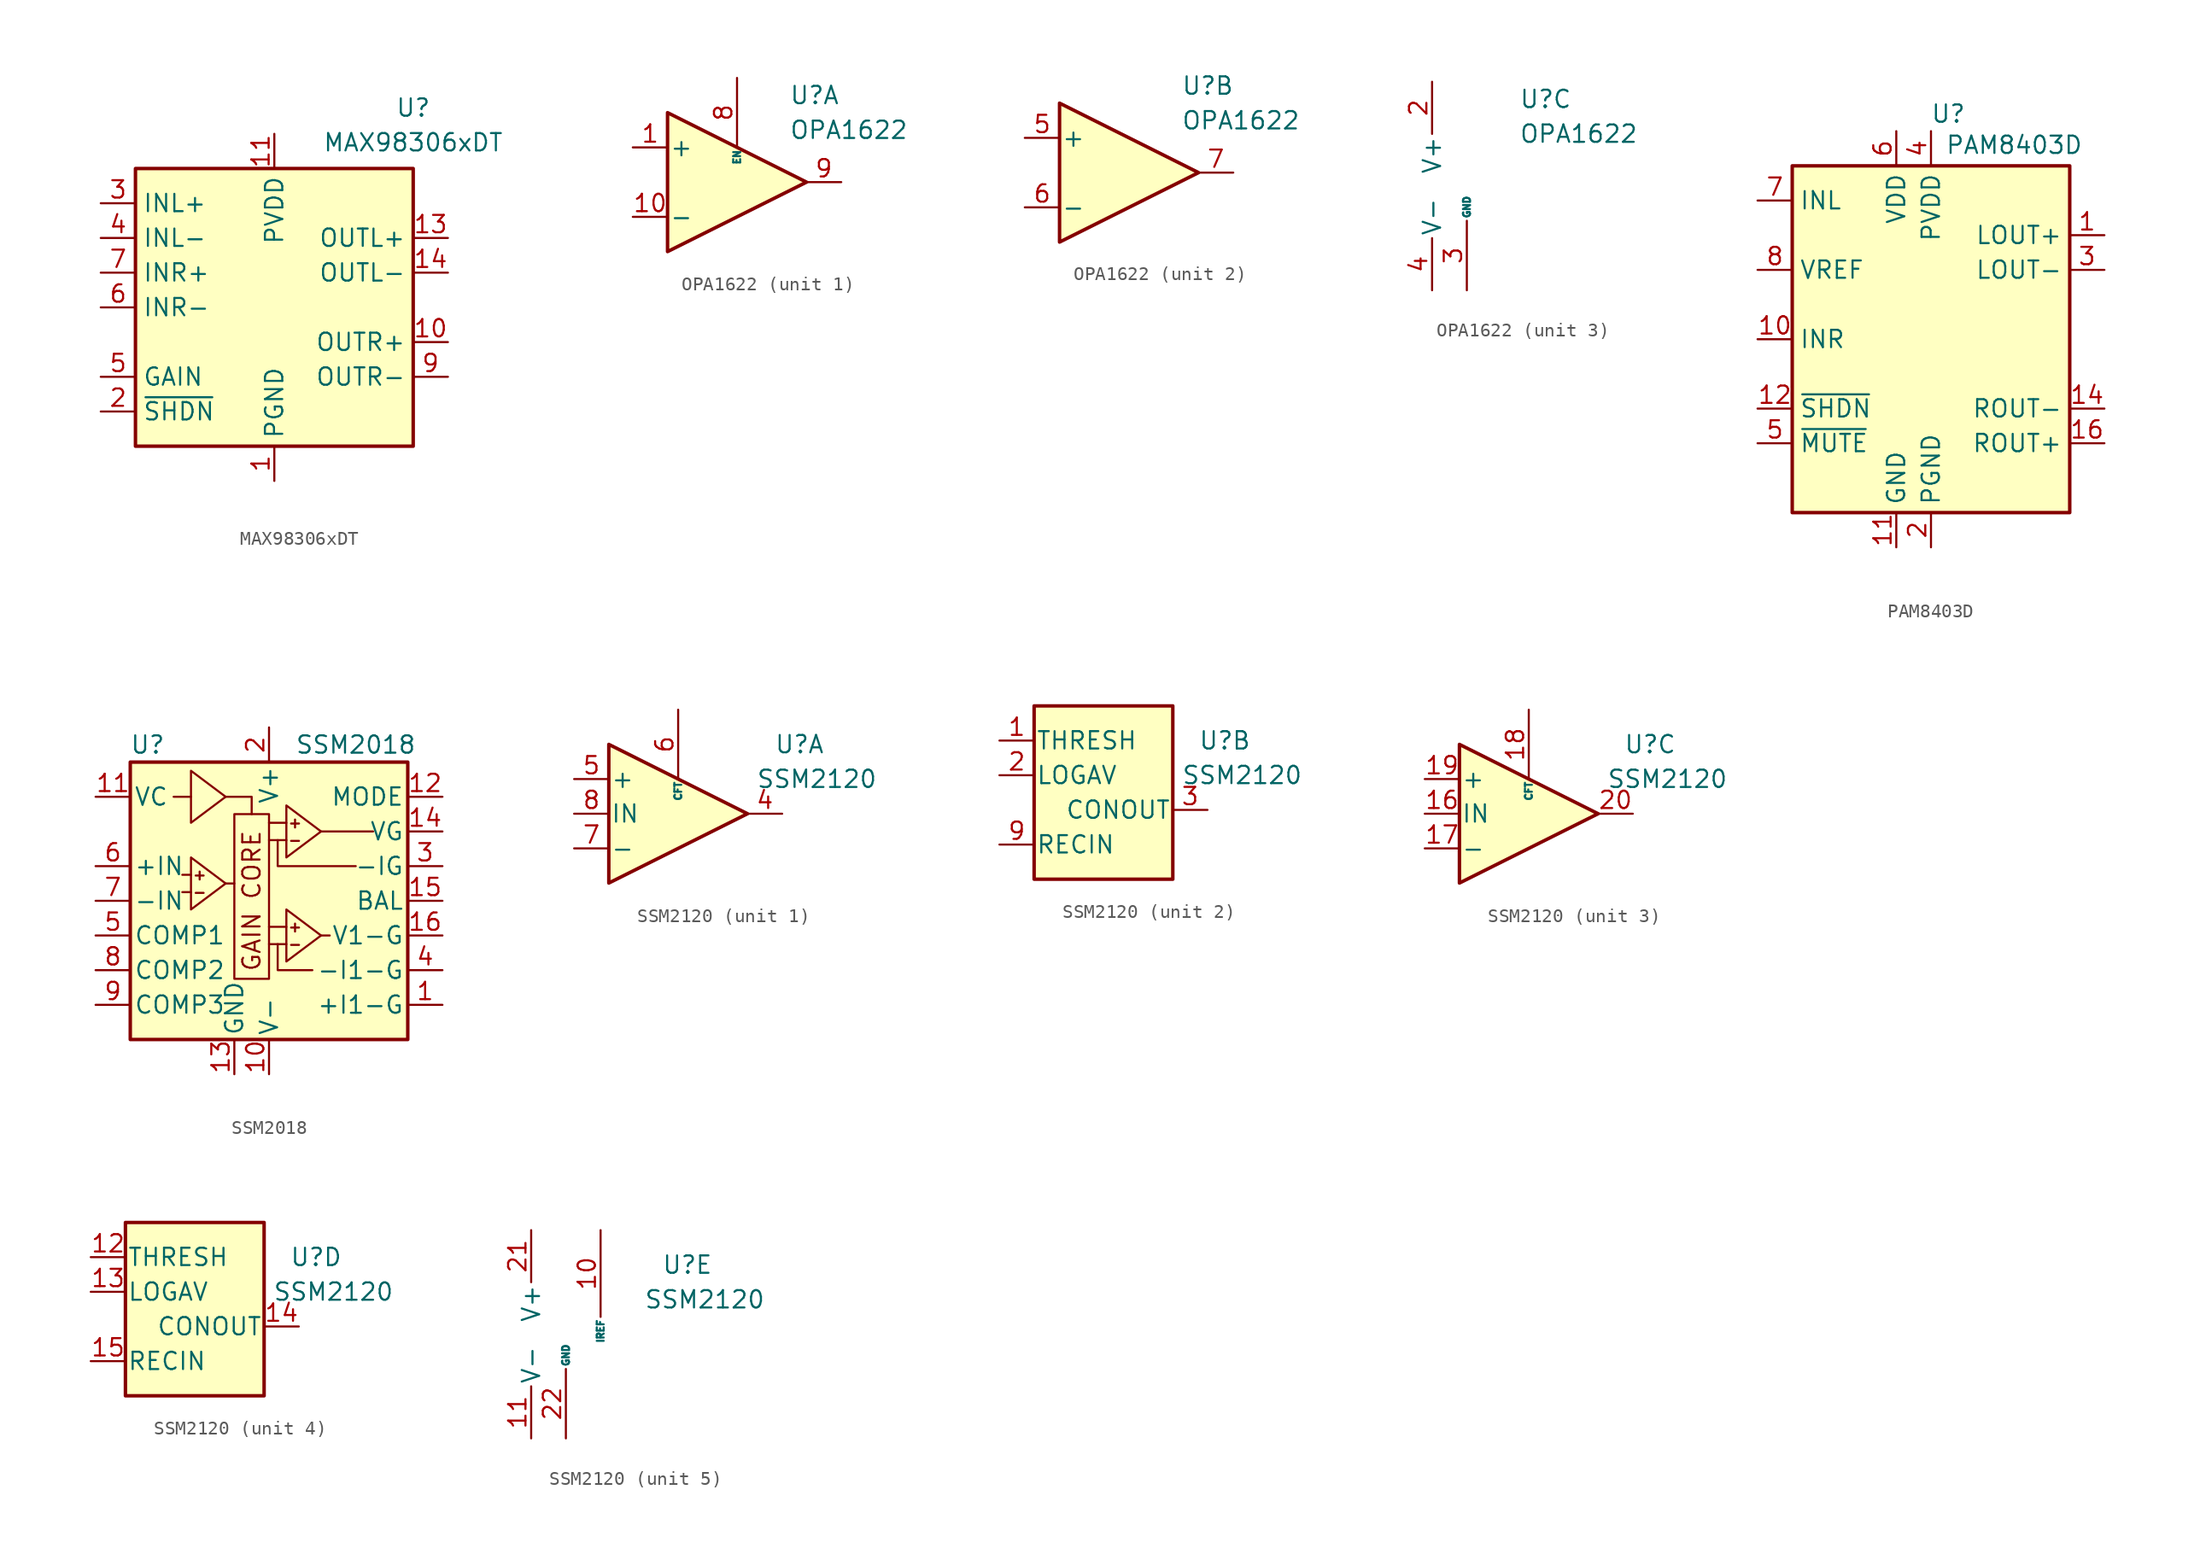
<source format=kicad_sym>
(kicad_symbol_lib
  (version 20211014)
  (generator kicad_symbol_editor)
  (symbol "MAX98306xDT"
    (property "Reference" "U"
      (at 10.16 14.605 0)
      (effects (font (size 1.27 1.27))))
    (property "Value" "MAX98306xDT"
      (at 10.16 12.065 0)
      (effects (font (size 1.27 1.27))))
    (symbol "MAX98306xDT_0_1"
      (rectangle (start -10.16 10.16) (end 10.16 -10.16) (stroke (width 0.254) (type default) (color 0 0 0 0)) (fill (type background))))
    (symbol "MAX98306xDT_1_1"
      (pin power_in line (at 0 -12.7 90) (length 2.54) (name "PGND" (effects (font (size 1.27 1.27)))) (number "1" (effects (font (size 1.27 1.27)))))
      (pin power_out line (at 12.7 -2.54 180) (length 2.54) (name "OUTR+" (effects (font (size 1.27 1.27)))) (number "10" (effects (font (size 1.27 1.27)))))
      (pin power_in line (at 0 12.7 270) (length 2.54) (name "PVDD" (effects (font (size 1.27 1.27)))) (number "11" (effects (font (size 1.27 1.27)))))
      (pin power_in line (at 0 12.7 270) (length 2.54) hide (name "PVDD" (effects (font (size 1.27 1.27)))) (number "12" (effects (font (size 1.27 1.27)))))
      (pin power_out line (at 12.7 5.08 180) (length 2.54) (name "OUTL+" (effects (font (size 1.27 1.27)))) (number "13" (effects (font (size 1.27 1.27)))))
      (pin power_out line (at 12.7 2.54 180) (length 2.54) (name "OUTL-" (effects (font (size 1.27 1.27)))) (number "14" (effects (font (size 1.27 1.27)))))
      (pin power_in line (at 0 -12.7 90) (length 2.54) hide (name "PGND" (effects (font (size 1.27 1.27)))) (number "15" (effects (font (size 1.27 1.27)))))
      (pin input line (at -12.7 -7.62 0) (length 2.54) (name "~{SHDN}" (effects (font (size 1.27 1.27)))) (number "2" (effects (font (size 1.27 1.27)))))
      (pin input line (at -12.7 7.62 0) (length 2.54) (name "INL+" (effects (font (size 1.27 1.27)))) (number "3" (effects (font (size 1.27 1.27)))))
      (pin input line (at -12.7 5.08 0) (length 2.54) (name "INL-" (effects (font (size 1.27 1.27)))) (number "4" (effects (font (size 1.27 1.27)))))
      (pin input line (at -12.7 -5.08 0) (length 2.54) (name "GAIN" (effects (font (size 1.27 1.27)))) (number "5" (effects (font (size 1.27 1.27)))))
      (pin input line (at -12.7 0 0) (length 2.54) (name "INR-" (effects (font (size 1.27 1.27)))) (number "6" (effects (font (size 1.27 1.27)))))
      (pin input line (at -12.7 2.54 0) (length 2.54) (name "INR+" (effects (font (size 1.27 1.27)))) (number "7" (effects (font (size 1.27 1.27)))))
      (pin power_in line (at 0 -12.7 90) (length 2.54) hide (name "PGND" (effects (font (size 1.27 1.27)))) (number "8" (effects (font (size 1.27 1.27)))))
      (pin power_out line (at 12.7 -5.08 180) (length 2.54) (name "OUTR-" (effects (font (size 1.27 1.27)))) (number "9" (effects (font (size 1.27 1.27)))))))
  (symbol "OPA1622"
    (pin_names
      (offset 0.127))
    (property "Reference" "U"
      (at 3.81 6.35 0)
      (effects (font (size 1.27 1.27)) (justify left)))
    (property "Value" "OPA1622"
      (at 3.81 3.81 0)
      (effects (font (size 1.27 1.27)) (justify left)))
    (property "ki_locked" ""
      (at 0 0 0)
      (effects (font (size 1.27 1.27))))
    (symbol "OPA1622_1_1"
      (polyline (pts (xy -5.08 5.08) (xy 5.08 0) (xy -5.08 -5.08) (xy -5.08 5.08) (xy -5.08 5.08)) (stroke (width 0.254) (type default) (color 0 0 0 0)) (fill (type background)))
      (pin input line (at -7.62 2.54 0) (length 2.54) (name "+" (effects (font (size 1.27 1.27)))) (number "1" (effects (font (size 1.27 1.27)))))
      (pin input line (at -7.62 -2.54 0) (length 2.54) (name "-" (effects (font (size 1.27 1.27)))) (number "10" (effects (font (size 1.27 1.27)))))
      (pin input line (at 0 7.62 270) (length 5.08) (name "EN" (effects (font (size 0.508 0.508)))) (number "8" (effects (font (size 1.27 1.27)))))
      (pin output line (at 7.62 0 180) (length 2.54) (name "~" (effects (font (size 1.27 1.27)))) (number "9" (effects (font (size 1.27 1.27))))))
    (symbol "OPA1622_2_1"
      (polyline (pts (xy -5.08 5.08) (xy 5.08 0) (xy -5.08 -5.08) (xy -5.08 5.08) (xy -5.08 5.08)) (stroke (width 0.254) (type default) (color 0 0 0 0)) (fill (type background)))
      (pin input line (at -7.62 2.54 0) (length 2.54) (name "+" (effects (font (size 1.27 1.27)))) (number "5" (effects (font (size 1.27 1.27)))))
      (pin input line (at -7.62 -2.54 0) (length 2.54) (name "-" (effects (font (size 1.27 1.27)))) (number "6" (effects (font (size 1.27 1.27)))))
      (pin output line (at 7.62 0 180) (length 2.54) (name "~" (effects (font (size 1.27 1.27)))) (number "7" (effects (font (size 1.27 1.27))))))
    (symbol "OPA1622_3_1"
      (pin passive line (at -2.54 -7.62 90) (length 3.81) hide (name "V-" (effects (font (size 1.27 1.27)))) (number "11" (effects (font (size 1.27 1.27)))))
      (pin power_in line (at -2.54 7.62 270) (length 3.81) (name "V+" (effects (font (size 1.27 1.27)))) (number "2" (effects (font (size 1.27 1.27)))))
      (pin power_in line (at 0 -7.62 90) (length 5.08) (name "GND" (effects (font (size 0.508 0.508)))) (number "3" (effects (font (size 1.27 1.27)))))
      (pin power_in line (at -2.54 -7.62 90) (length 3.81) (name "V-" (effects (font (size 1.27 1.27)))) (number "4" (effects (font (size 1.27 1.27)))))))
  (symbol "PAM8403D"
    (property "Reference" "U"
      (at 1.27 16.51 0)
      (effects (font (size 1.27 1.27))))
    (property "Value" "PAM8403D"
      (at 6.096 14.224 0)
      (effects (font (size 1.27 1.27))))
    (symbol "PAM8403D_0_1"
      (rectangle (start -10.16 12.7) (end 10.16 -12.7) (stroke (width 0.254) (type default) (color 0 0 0 0)) (fill (type background))))
    (symbol "PAM8403D_1_1"
      (pin output line (at 12.7 7.62 180) (length 2.54) (name "LOUT+" (effects (font (size 1.27 1.27)))) (number "1" (effects (font (size 1.27 1.27)))))
      (pin input line (at -12.7 0 0) (length 2.54) (name "INR" (effects (font (size 1.27 1.27)))) (number "10" (effects (font (size 1.27 1.27)))))
      (pin power_in line (at -2.54 -15.24 90) (length 2.54) (name "GND" (effects (font (size 1.27 1.27)))) (number "11" (effects (font (size 1.27 1.27)))))
      (pin input line (at -12.7 -5.08 0) (length 2.54) (name "~{SHDN}" (effects (font (size 1.27 1.27)))) (number "12" (effects (font (size 1.27 1.27)))))
      (pin passive line (at 0 15.24 270) (length 2.54) hide (name "PVDD" (effects (font (size 1.27 1.27)))) (number "13" (effects (font (size 1.27 1.27)))))
      (pin output line (at 12.7 -5.08 180) (length 2.54) (name "ROUT-" (effects (font (size 1.27 1.27)))) (number "14" (effects (font (size 1.27 1.27)))))
      (pin passive line (at 0 -15.24 90) (length 2.54) hide (name "PGND" (effects (font (size 1.27 1.27)))) (number "15" (effects (font (size 1.27 1.27)))))
      (pin output line (at 12.7 -7.62 180) (length 2.54) (name "ROUT+" (effects (font (size 1.27 1.27)))) (number "16" (effects (font (size 1.27 1.27)))))
      (pin power_in line (at 0 -15.24 90) (length 2.54) (name "PGND" (effects (font (size 1.27 1.27)))) (number "2" (effects (font (size 1.27 1.27)))))
      (pin output line (at 12.7 5.08 180) (length 2.54) (name "LOUT-" (effects (font (size 1.27 1.27)))) (number "3" (effects (font (size 1.27 1.27)))))
      (pin power_in line (at 0 15.24 270) (length 2.54) (name "PVDD" (effects (font (size 1.27 1.27)))) (number "4" (effects (font (size 1.27 1.27)))))
      (pin input line (at -12.7 -7.62 0) (length 2.54) (name "~{MUTE}" (effects (font (size 1.27 1.27)))) (number "5" (effects (font (size 1.27 1.27)))))
      (pin power_in line (at -2.54 15.24 270) (length 2.54) (name "VDD" (effects (font (size 1.27 1.27)))) (number "6" (effects (font (size 1.27 1.27)))))
      (pin input line (at -12.7 10.16 0) (length 2.54) (name "INL" (effects (font (size 1.27 1.27)))) (number "7" (effects (font (size 1.27 1.27)))))
      (pin input line (at -12.7 5.08 0) (length 2.54) (name "VREF" (effects (font (size 1.27 1.27)))) (number "8" (effects (font (size 1.27 1.27)))))
      (pin no_connect line (at 10.16 -10.16 180) (length 2.54) hide (name "NC" (effects (font (size 1.27 1.27)))) (number "9" (effects (font (size 1.27 1.27)))))))
  (symbol "SSM2018"
    (pin_names
      (offset 0.254))
    (property "Reference" "U"
      (at -8.89 11.43 0)
      (effects (font (size 1.27 1.27))))
    (property "Value" "SSM2018"
      (at 6.35 11.43 0)
      (effects (font (size 1.27 1.27))))
    (symbol "SSM2018_0_0"
      (text "+" (at -5.08 1.905 0) (effects (font (size 0.762 0.762))))
      (text "+" (at 1.905 -1.905 0) (effects (font (size 0.762 0.762))))
      (text "+" (at 1.905 5.715 0) (effects (font (size 0.762 0.762))))
      (text "-" (at -5.08 0.635 0) (effects (font (size 0.762 0.762))))
      (text "-" (at 1.905 -3.175 0) (effects (font (size 0.762 0.762))))
      (text "-" (at 1.905 4.445 0) (effects (font (size 0.762 0.762)))))
    (symbol "SSM2018_0_1"
      (rectangle (start -10.16 10.16) (end 10.16 -10.16) (stroke (width 0.254) (type default) (color 0 0 0 0)) (fill (type background)))
      (rectangle (start -2.54 6.35) (end 0 -5.715) (stroke (width 0) (type default) (color 0 0 0 0)) (fill (type none)))
      (polyline (pts (xy -5.715 0.635) (xy -6.35 0.635)) (stroke (width 0) (type default) (color 0 0 0 0)) (fill (type none)))
      (polyline (pts (xy -5.715 1.905) (xy -6.35 1.905)) (stroke (width 0) (type default) (color 0 0 0 0)) (fill (type none)))
      (polyline (pts (xy -5.715 7.62) (xy -6.985 7.62)) (stroke (width 0) (type default) (color 0 0 0 0)) (fill (type none)))
      (polyline (pts (xy -3.175 1.27) (xy -2.54 1.27)) (stroke (width 0) (type default) (color 0 0 0 0)) (fill (type none)))
      (polyline (pts (xy 0 -1.905) (xy 1.27 -1.905)) (stroke (width 0) (type default) (color 0 0 0 0)) (fill (type none)))
      (polyline (pts (xy 0 5.715) (xy 1.27 5.715)) (stroke (width 0) (type default) (color 0 0 0 0)) (fill (type none)))
      (polyline (pts (xy 1.27 -3.175) (xy 0 -3.175)) (stroke (width 0) (type default) (color 0 0 0 0)) (fill (type none)))
      (polyline (pts (xy 1.27 4.445) (xy 0 4.445)) (stroke (width 0) (type default) (color 0 0 0 0)) (fill (type none)))
      (polyline (pts (xy 3.81 -2.54) (xy 4.445 -2.54)) (stroke (width 0) (type default) (color 0 0 0 0)) (fill (type none)))
      (polyline (pts (xy 3.81 5.08) (xy 7.62 5.08)) (stroke (width 0) (type default) (color 0 0 0 0)) (fill (type none)))
      (polyline (pts (xy -3.175 7.62) (xy -1.27 7.62) (xy -1.27 6.35)) (stroke (width 0) (type default) (color 0 0 0 0)) (fill (type none)))
      (polyline (pts (xy 0.635 -3.175) (xy 0.635 -5.08) (xy 3.175 -5.08)) (stroke (width 0) (type default) (color 0 0 0 0)) (fill (type none)))
      (polyline (pts (xy 0.635 4.445) (xy 0.635 2.54) (xy 6.35 2.54)) (stroke (width 0) (type default) (color 0 0 0 0)) (fill (type none)))
      (polyline (pts (xy -5.715 3.175) (xy -3.175 1.27) (xy -5.715 -0.635) (xy -5.715 3.175)) (stroke (width 0) (type default) (color 0 0 0 0)) (fill (type none)))
      (polyline (pts (xy -5.715 9.525) (xy -3.175 7.62) (xy -5.715 5.715) (xy -5.715 9.525)) (stroke (width 0) (type default) (color 0 0 0 0)) (fill (type none)))
      (polyline (pts (xy 1.27 -0.635) (xy 3.81 -2.54) (xy 1.27 -4.445) (xy 1.27 -0.635)) (stroke (width 0) (type default) (color 0 0 0 0)) (fill (type none)))
      (polyline (pts (xy 1.27 6.985) (xy 3.81 5.08) (xy 1.27 3.175) (xy 1.27 6.985)) (stroke (width 0) (type default) (color 0 0 0 0)) (fill (type none)))
      (text "GAIN CORE" (at -1.27 0 900) (effects (font (size 1.27 1.27))))
      (pin passive line (at -12.7 -7.62 0) (length 2.54) (name "COMP3" (effects (font (size 1.27 1.27)))) (number "9" (effects (font (size 1.27 1.27))))))
    (symbol "SSM2018_1_1"
      (pin output line (at 12.7 -7.62 180) (length 2.54) (name "+I1-G" (effects (font (size 1.27 1.27)))) (number "1" (effects (font (size 1.27 1.27)))))
      (pin power_in line (at 0 -12.7 90) (length 2.54) (name "V-" (effects (font (size 1.27 1.27)))) (number "10" (effects (font (size 1.27 1.27)))))
      (pin input line (at -12.7 7.62 0) (length 2.54) (name "VC" (effects (font (size 1.27 1.27)))) (number "11" (effects (font (size 1.27 1.27)))))
      (pin input line (at 12.7 7.62 180) (length 2.54) (name "MODE" (effects (font (size 1.27 1.27)))) (number "12" (effects (font (size 1.27 1.27)))))
      (pin power_in line (at -2.54 -12.7 90) (length 2.54) (name "GND" (effects (font (size 1.27 1.27)))) (number "13" (effects (font (size 1.27 1.27)))))
      (pin output line (at 12.7 5.08 180) (length 2.54) (name "VG" (effects (font (size 1.27 1.27)))) (number "14" (effects (font (size 1.27 1.27)))))
      (pin input line (at 12.7 0 180) (length 2.54) (name "BAL" (effects (font (size 1.27 1.27)))) (number "15" (effects (font (size 1.27 1.27)))))
      (pin output line (at 12.7 -2.54 180) (length 2.54) (name "V1-G" (effects (font (size 1.27 1.27)))) (number "16" (effects (font (size 1.27 1.27)))))
      (pin power_in line (at 0 12.7 270) (length 2.54) (name "V+" (effects (font (size 1.27 1.27)))) (number "2" (effects (font (size 1.27 1.27)))))
      (pin output line (at 12.7 2.54 180) (length 2.54) (name "-IG" (effects (font (size 1.27 1.27)))) (number "3" (effects (font (size 1.27 1.27)))))
      (pin output line (at 12.7 -5.08 180) (length 2.54) (name "-I1-G" (effects (font (size 1.27 1.27)))) (number "4" (effects (font (size 1.27 1.27)))))
      (pin passive line (at -12.7 -2.54 0) (length 2.54) (name "COMP1" (effects (font (size 1.27 1.27)))) (number "5" (effects (font (size 1.27 1.27)))))
      (pin input line (at -12.7 2.54 0) (length 2.54) (name "+IN" (effects (font (size 1.27 1.27)))) (number "6" (effects (font (size 1.27 1.27)))))
      (pin input line (at -12.7 0 0) (length 2.54) (name "-IN" (effects (font (size 1.27 1.27)))) (number "7" (effects (font (size 1.27 1.27)))))
      (pin passive line (at -12.7 -5.08 0) (length 2.54) (name "COMP2" (effects (font (size 1.27 1.27)))) (number "8" (effects (font (size 1.27 1.27)))))))
  (symbol "SSM2120"
    (pin_names
      (offset 0.127))
    (property "Reference" "U"
      (at 8.89 5.08 0)
      (effects (font (size 1.27 1.27))))
    (property "Value" "SSM2120"
      (at 10.16 2.54 0)
      (effects (font (size 1.27 1.27))))
    (property "ki_locked" ""
      (at 0 0 0)
      (effects (font (size 1.27 1.27))))
    (symbol "SSM2120_1_1"
      (polyline (pts (xy -5.08 5.08) (xy 5.08 0) (xy -5.08 -5.08) (xy -5.08 5.08)) (stroke (width 0.254) (type default) (color 0 0 0 0)) (fill (type background)))
      (pin output line (at 7.62 0 180) (length 2.54) (name "~" (effects (font (size 1.27 1.27)))) (number "4" (effects (font (size 1.27 1.27)))))
      (pin input line (at -7.62 2.54 0) (length 2.54) (name "+" (effects (font (size 1.27 1.27)))) (number "5" (effects (font (size 1.27 1.27)))))
      (pin input line (at 0 7.62 270) (length 5.08) (name "CFT" (effects (font (size 0.508 0.508)))) (number "6" (effects (font (size 1.27 1.27)))))
      (pin input line (at -7.62 -2.54 0) (length 2.54) (name "-" (effects (font (size 1.27 1.27)))) (number "7" (effects (font (size 1.27 1.27)))))
      (pin input line (at -7.62 0 0) (length 2.54) (name "IN" (effects (font (size 1.27 1.27)))) (number "8" (effects (font (size 1.27 1.27))))))
    (symbol "SSM2120_2_1"
      (rectangle (start -5.08 7.62) (end 5.08 -5.08) (stroke (width 0.254) (type default) (color 0 0 0 0)) (fill (type background)))
      (pin input line (at -7.62 5.08 0) (length 2.54) (name "THRESH" (effects (font (size 1.27 1.27)))) (number "1" (effects (font (size 1.27 1.27)))))
      (pin input line (at -7.62 2.54 0) (length 2.54) (name "LOGAV" (effects (font (size 1.27 1.27)))) (number "2" (effects (font (size 1.27 1.27)))))
      (pin input line (at 7.62 0 180) (length 2.54) (name "CONOUT" (effects (font (size 1.27 1.27)))) (number "3" (effects (font (size 1.27 1.27)))))
      (pin input line (at -7.62 -2.54 0) (length 2.54) (name "RECIN" (effects (font (size 1.27 1.27)))) (number "9" (effects (font (size 1.27 1.27))))))
    (symbol "SSM2120_3_1"
      (polyline (pts (xy -5.08 5.08) (xy 5.08 0) (xy -5.08 -5.08) (xy -5.08 5.08)) (stroke (width 0.254) (type default) (color 0 0 0 0)) (fill (type background)))
      (pin input line (at -7.62 0 0) (length 2.54) (name "IN" (effects (font (size 1.27 1.27)))) (number "16" (effects (font (size 1.27 1.27)))))
      (pin input line (at -7.62 -2.54 0) (length 2.54) (name "-" (effects (font (size 1.27 1.27)))) (number "17" (effects (font (size 1.27 1.27)))))
      (pin input line (at 0 7.62 270) (length 5.08) (name "CFT" (effects (font (size 0.508 0.508)))) (number "18" (effects (font (size 1.27 1.27)))))
      (pin input line (at -7.62 2.54 0) (length 2.54) (name "+" (effects (font (size 1.27 1.27)))) (number "19" (effects (font (size 1.27 1.27)))))
      (pin output line (at 7.62 0 180) (length 2.54) (name "~" (effects (font (size 1.27 1.27)))) (number "20" (effects (font (size 1.27 1.27))))))
    (symbol "SSM2120_4_1"
      (rectangle (start -5.08 7.62) (end 5.08 -5.08) (stroke (width 0.254) (type default) (color 0 0 0 0)) (fill (type background)))
      (pin input line (at -7.62 5.08 0) (length 2.54) (name "THRESH" (effects (font (size 1.27 1.27)))) (number "12" (effects (font (size 1.27 1.27)))))
      (pin input line (at -7.62 2.54 0) (length 2.54) (name "LOGAV" (effects (font (size 1.27 1.27)))) (number "13" (effects (font (size 1.27 1.27)))))
      (pin input line (at 7.62 0 180) (length 2.54) (name "CONOUT" (effects (font (size 1.27 1.27)))) (number "14" (effects (font (size 1.27 1.27)))))
      (pin input line (at -7.62 -2.54 0) (length 2.54) (name "RECIN" (effects (font (size 1.27 1.27)))) (number "15" (effects (font (size 1.27 1.27))))))
    (symbol "SSM2120_5_0"
      (pin input line (at 2.54 7.62 270) (length 6.35) (name "IREF" (effects (font (size 0.508 0.508)))) (number "10" (effects (font (size 1.27 1.27)))))
      (pin power_in line (at -2.54 -7.62 90) (length 3.81) (name "V-" (effects (font (size 1.27 1.27)))) (number "11" (effects (font (size 1.27 1.27)))))
      (pin power_in line (at -2.54 7.62 270) (length 3.81) (name "V+" (effects (font (size 1.27 1.27)))) (number "21" (effects (font (size 1.27 1.27)))))
      (pin power_in line (at 0 -7.62 90) (length 5.08) (name "GND" (effects (font (size 0.508 0.508)))) (number "22" (effects (font (size 1.27 1.27))))))))
</source>
